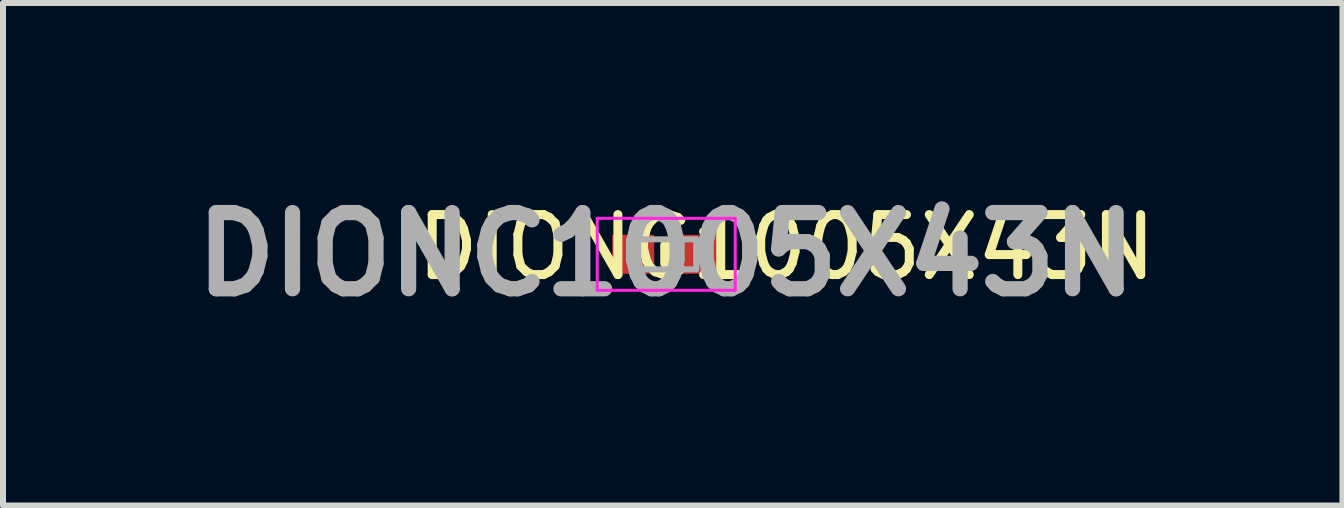
<source format=kicad_pcb>
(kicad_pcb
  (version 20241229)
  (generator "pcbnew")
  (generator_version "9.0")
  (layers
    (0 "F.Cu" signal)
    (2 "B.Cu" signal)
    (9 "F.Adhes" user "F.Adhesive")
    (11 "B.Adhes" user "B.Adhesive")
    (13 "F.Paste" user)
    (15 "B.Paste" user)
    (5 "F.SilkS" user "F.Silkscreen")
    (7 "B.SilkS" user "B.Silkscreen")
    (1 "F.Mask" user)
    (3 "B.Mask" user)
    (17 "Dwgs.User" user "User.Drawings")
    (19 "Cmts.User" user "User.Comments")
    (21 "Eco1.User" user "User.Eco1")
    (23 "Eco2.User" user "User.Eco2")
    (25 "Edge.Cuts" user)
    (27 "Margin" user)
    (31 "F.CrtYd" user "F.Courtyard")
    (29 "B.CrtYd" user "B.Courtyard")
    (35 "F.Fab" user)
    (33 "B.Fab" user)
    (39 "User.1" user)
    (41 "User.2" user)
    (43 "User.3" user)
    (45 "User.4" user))
  (footprint "DIONC1005X43N"
    (layer "F.Cu")
    (at 8.055 1.189)
    (property "Reference" "DIONC1005X43N" (at 2.004 -0.117 0) (layer "F.SilkS") (effects (font (size 1 1) (thickness 0.15))))
    (attr smd)
    (fp_line (start 0 -0.15) (end 0 0.15) (stroke (width 0.2) (type solid)) (layer "F.SilkS"))
    (fp_line (start -1.15 -0.6) (end 1.15 -0.6) (stroke (width 0.05) (type solid)) (layer "F.CrtYd"))
    (fp_line (start -1.15 0.6) (end -1.15 -0.6) (stroke (width 0.05) (type solid)) (layer "F.CrtYd"))
    (fp_line (start 1.15 -0.6) (end 1.15 0.6) (stroke (width 0.05) (type solid)) (layer "F.CrtYd"))
    (fp_line (start 1.15 0.6) (end -1.15 0.6) (stroke (width 0.05) (type solid)) (layer "F.CrtYd"))
    (fp_line (start -0.5 -0.25) (end 0.5 -0.25) (stroke (width 0.1) (type solid)) (layer "F.Fab"))
    (fp_line (start -0.5 0.25) (end -0.5 -0.25) (stroke (width 0.1) (type solid)) (layer "F.Fab"))
    (fp_line (start 0.5 -0.25) (end 0.5 0.25) (stroke (width 0.1) (type solid)) (layer "F.Fab"))
    (fp_line (start 0.5 0.25) (end -0.5 0.25) (stroke (width 0.1) (type solid)) (layer "F.Fab"))
    (fp_text user "${REFERENCE}" (at 0 0 0) (layer "F.Fab") (effects (font (size 1.27 1.27) (thickness 0.254))))
    (pad "1" smd rect (at -0.55 0 90) (size 0.65 0.7) (layers "F.Cu" "F.Mask" "F.Paste"))
    (pad "2" smd rect (at 0.55 0 90) (size 0.65 0.7) (layers "F.Cu" "F.Mask" "F.Paste")))
  (gr_rect
    (start -3 -3)
    (end 19.327 5.377)
    (stroke (width 0.1) (type default))
    (fill no)
    (layer "Edge.Cuts")))
</source>
